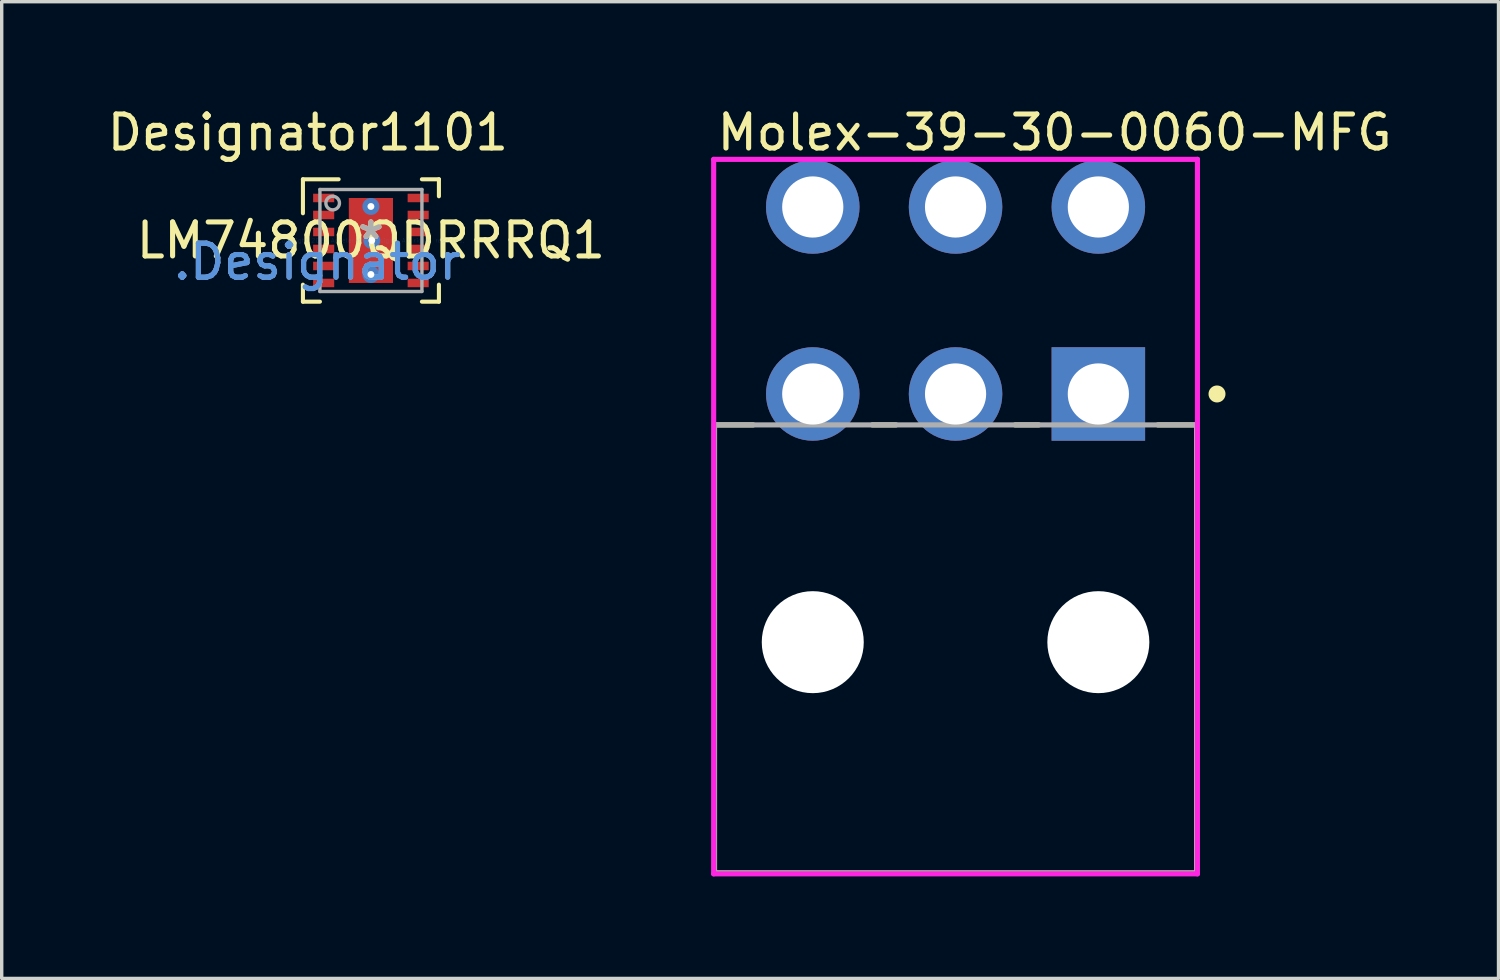
<source format=kicad_pcb>
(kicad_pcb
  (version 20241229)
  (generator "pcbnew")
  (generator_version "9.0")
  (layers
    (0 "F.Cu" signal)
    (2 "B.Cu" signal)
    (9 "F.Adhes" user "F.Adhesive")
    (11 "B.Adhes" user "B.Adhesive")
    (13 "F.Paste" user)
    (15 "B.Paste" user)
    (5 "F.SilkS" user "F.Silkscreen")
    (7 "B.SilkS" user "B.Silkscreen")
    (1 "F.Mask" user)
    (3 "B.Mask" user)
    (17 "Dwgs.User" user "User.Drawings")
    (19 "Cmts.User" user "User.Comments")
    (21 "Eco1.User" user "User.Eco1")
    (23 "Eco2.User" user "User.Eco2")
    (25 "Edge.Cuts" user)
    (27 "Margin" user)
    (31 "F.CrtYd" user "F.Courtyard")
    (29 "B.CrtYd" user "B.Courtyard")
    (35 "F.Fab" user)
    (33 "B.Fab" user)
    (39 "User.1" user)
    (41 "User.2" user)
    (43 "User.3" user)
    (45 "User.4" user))
  (footprint "Molex-39-30-0060-MFG"
    (layer "F.Cu")
    (at 25.056 16.038)
    (property "Reference" "Molex-39-30-0060-MFG" (at -7.09 -15.19 0) (layer "F.SilkS") (effects (font (size 1 1) (thickness 0.15)) (justify left)))
    (attr through_hole)
    (fp_line (start -7.09 -6.59) (end -5.95 -6.59) (stroke (width 0.15) (type solid)) (layer "F.SilkS"))
    (fp_line (start -7.09 6.59) (end -7.09 -6.59) (stroke (width 0.15) (type solid)) (layer "F.SilkS"))
    (fp_line (start -7.09 6.59) (end 7.09 6.59) (stroke (width 0.15) (type solid)) (layer "F.SilkS"))
    (fp_line (start -2.45 -6.59) (end -1.75 -6.59) (stroke (width 0.15) (type solid)) (layer "F.SilkS"))
    (fp_line (start 1.75 -6.59) (end 2.45 -6.59) (stroke (width 0.15) (type solid)) (layer "F.SilkS"))
    (fp_line (start 5.95 -6.59) (end 7.09 -6.59) (stroke (width 0.15) (type solid)) (layer "F.SilkS"))
    (fp_line (start 7.09 6.59) (end 7.09 -6.59) (stroke (width 0.15) (type solid)) (layer "F.SilkS"))
    (fp_circle (center 7.69 -7.5) (end 7.815 -7.5) (stroke (width 0.25) (type solid)) (fill no) (layer "F.SilkS"))
    (fp_line (start -7.115 -14.4) (end -7.115 6.615) (stroke (width 0.15) (type solid)) (layer "F.CrtYd"))
    (fp_line (start -7.115 6.615) (end 7.115 6.615) (stroke (width 0.15) (type solid)) (layer "F.CrtYd"))
    (fp_line (start 7.115 -14.4) (end -7.115 -14.4) (stroke (width 0.15) (type solid)) (layer "F.CrtYd"))
    (fp_line (start 7.115 -14.4) (end 7.115 -14.4) (stroke (width 0.15) (type solid)) (layer "F.CrtYd"))
    (fp_line (start 7.115 6.615) (end 7.115 -14.4) (stroke (width 0.15) (type solid)) (layer "F.CrtYd"))
    (fp_line (start -7.09 -6.59) (end 7.09 -6.59) (stroke (width 0.15) (type solid)) (layer "F.Fab"))
    (fp_line (start -7.09 6.59) (end -7.09 -6.59) (stroke (width 0.15) (type solid)) (layer "F.Fab"))
    (fp_line (start 7.09 -6.59) (end 7.09 6.59) (stroke (width 0.15) (type solid)) (layer "F.Fab"))
    (fp_line (start 7.09 6.59) (end -7.09 6.59) (stroke (width 0.15) (type solid)) (layer "F.Fab"))
    (pad "" np_thru_hole circle (at -4.2 -0.2) (size 3 3) (drill 3) (layers "*.Cu" "*.Mask"))
    (pad "" np_thru_hole circle (at 4.2 -0.2) (size 3 3) (drill 3) (layers "*.Cu" "*.Mask"))
    (pad "1" thru_hole rect (at 4.2 -7.5) (size 2.75 2.75) (drill 1.8) (layers "*.Cu"))
    (pad "2" thru_hole circle (at 0 -7.5) (size 2.75 2.75) (drill 1.8) (layers "*.Cu"))
    (pad "3" thru_hole circle (at -4.2 -7.5) (size 2.75 2.75) (drill 1.8) (layers "*.Cu"))
    (pad "4" thru_hole circle (at 4.2 -13) (size 2.75 2.75) (drill 1.8) (layers "*.Cu"))
    (pad "5" thru_hole circle (at 0 -13) (size 2.75 2.75) (drill 1.8) (layers "*.Cu"))
    (pad "6" thru_hole circle (at -4.2 -13) (size 2.75 2.75) (drill 1.8) (layers "*.Cu")))
  (footprint "LM74800QDRRRQ1"
    (layer "F.Cu")
    (at 7.86 4.023)
    (property "Reference" "LM74800QDRRRQ1" (at 0 0 0) (layer "F.SilkS") (effects (font (size 1 1) (thickness 0.15))))
    (attr through_hole)
    (fp_line (start -2 -1.8) (end -0.95 -1.8) (stroke (width 0.12) (type solid)) (layer "F.SilkS"))
    (fp_line (start -2 -0.8) (end -2 -1.8) (stroke (width 0.12) (type solid)) (layer "F.SilkS"))
    (fp_line (start -2 1.8) (end -2 1.3) (stroke (width 0.12) (type solid)) (layer "F.SilkS"))
    (fp_line (start -2 1.8) (end -1.5 1.8) (stroke (width 0.12) (type solid)) (layer "F.SilkS"))
    (fp_line (start 1.5 -1.8) (end 2 -1.8) (stroke (width 0.12) (type solid)) (layer "F.SilkS"))
    (fp_line (start 1.5 1.8) (end 2 1.8) (stroke (width 0.12) (type solid)) (layer "F.SilkS"))
    (fp_line (start 2 -1.3) (end 2 -1.8) (stroke (width 0.12) (type solid)) (layer "F.SilkS"))
    (fp_line (start 2 1.8) (end 2 1.3) (stroke (width 0.12) (type solid)) (layer "F.SilkS"))
    (fp_poly (pts (xy -0.605 -0.15) (xy -0.605 -1.15) (xy -0.555 -1.2) (xy 0.555 -1.2) (xy 0.605 -1.15) (xy 0.605 -0.15) (xy 0.555 -0.1) (xy -0.555 -0.1)) (stroke (width 0.1) (type solid)) (fill yes) (layer "F.Paste"))
    (fp_poly (pts (xy 0.605 0.15) (xy 0.605 1.15) (xy 0.555 1.2) (xy -0.555 1.2) (xy -0.605 1.15) (xy -0.605 0.15) (xy -0.555 0.1) (xy 0.555 0.1)) (stroke (width 0.1) (type solid)) (fill yes) (layer "F.Paste"))
    (fp_line (start -1.5 -1.5) (end 1.5 -1.5) (stroke (width 0.1) (type solid)) (layer "F.Fab"))
    (fp_line (start -1.5 1.5) (end -1.5 -1.5) (stroke (width 0.1) (type solid)) (layer "F.Fab"))
    (fp_line (start -1.5 1.5) (end 1.5 1.5) (stroke (width 0.1) (type solid)) (layer "F.Fab"))
    (fp_line (start 1.5 1.5) (end 1.5 -1.5) (stroke (width 0.1) (type solid)) (layer "F.Fab"))
    (fp_circle (center -1.125 -1.1) (end -0.925 -1.1) (stroke (width 0.1) (type solid)) (fill no) (layer "F.Fab"))
    (fp_text user "*" (at 0 0 0) (layer "F.SilkS") (effects (font (size 1 1) (thickness 0.15))))
    (fp_text user "Designator1101" (at -1.854 -3.175 0) (layer "F.SilkS") (effects (font (size 1 1) (thickness 0.15))))
    (fp_text user ".Designator" (at -1.575 0.625 0) (layer "Cmts.User") (effects (font (size 1 1) (thickness 0.15))))
    (fp_text user "Copyright 2021 Accelerated Designs. All rights reserved." (at 0 0 0) (layer "Cmts.User") (effects (font (size 0.127 0.127) (thickness 0.002))))
    (fp_text user ".Designator" (at -1.575 0.625 0) (layer "F.Fab") (effects (font (size 1 1) (thickness 0.15))))
    (fp_text user "*" (at 0 0 0) (layer "F.Fab") (effects (font (size 1 1) (thickness 0.15))))
    (pad "1" smd rect (at -1.39 -1.25) (size 0.62 0.25) (layers "F.Cu" "F.Mask" "F.Paste"))
    (pad "2" smd rect (at -1.39 -0.75) (size 0.62 0.25) (layers "F.Cu" "F.Mask" "F.Paste"))
    (pad "3" smd rect (at -1.39 -0.25) (size 0.62 0.25) (layers "F.Cu" "F.Mask" "F.Paste"))
    (pad "4" smd rect (at -1.39 0.25) (size 0.62 0.25) (layers "F.Cu" "F.Mask" "F.Paste"))
    (pad "5" smd rect (at -1.39 0.75) (size 0.62 0.25) (layers "F.Cu" "F.Mask" "F.Paste"))
    (pad "6" smd rect (at -1.39 1.25) (size 0.62 0.25) (layers "F.Cu" "F.Mask" "F.Paste"))
    (pad "7" smd rect (at 1.39 1.25) (size 0.62 0.25) (layers "F.Cu" "F.Mask" "F.Paste"))
    (pad "8" smd rect (at 1.39 0.75) (size 0.62 0.25) (layers "F.Cu" "F.Mask" "F.Paste"))
    (pad "9" smd rect (at 1.39 0.25) (size 0.62 0.25) (layers "F.Cu" "F.Mask" "F.Paste"))
    (pad "10" smd rect (at 1.39 -0.25) (size 0.62 0.25) (layers "F.Cu" "F.Mask" "F.Paste"))
    (pad "11" smd rect (at 1.39 -0.75) (size 0.62 0.25) (layers "F.Cu" "F.Mask" "F.Paste"))
    (pad "12" smd rect (at 1.39 -1.25) (size 0.62 0.25) (layers "F.Cu" "F.Mask" "F.Paste"))
    (pad "13" smd rect (at 0 0) (size 1.3 2.5) (layers "F.Cu" "F.Mask"))
    (pad "14" thru_hole circle (at 0 1) (size 0.5 0.5) (drill 0.203) (layers "*.Cu" "*.Mask"))
    (pad "15" thru_hole circle (at 0.025 0) (size 0.5 0.5) (drill 0.203) (layers "*.Cu" "*.Mask"))
    (pad "16" thru_hole circle (at 0 -1) (size 0.5 0.5) (drill 0.203) (layers "*.Cu" "*.Mask")))
  (gr_rect
    (start -3 -3)
    (end 41.026 25.728)
    (stroke (width 0.1) (type default))
    (fill no)
    (layer "Edge.Cuts")))
</source>
